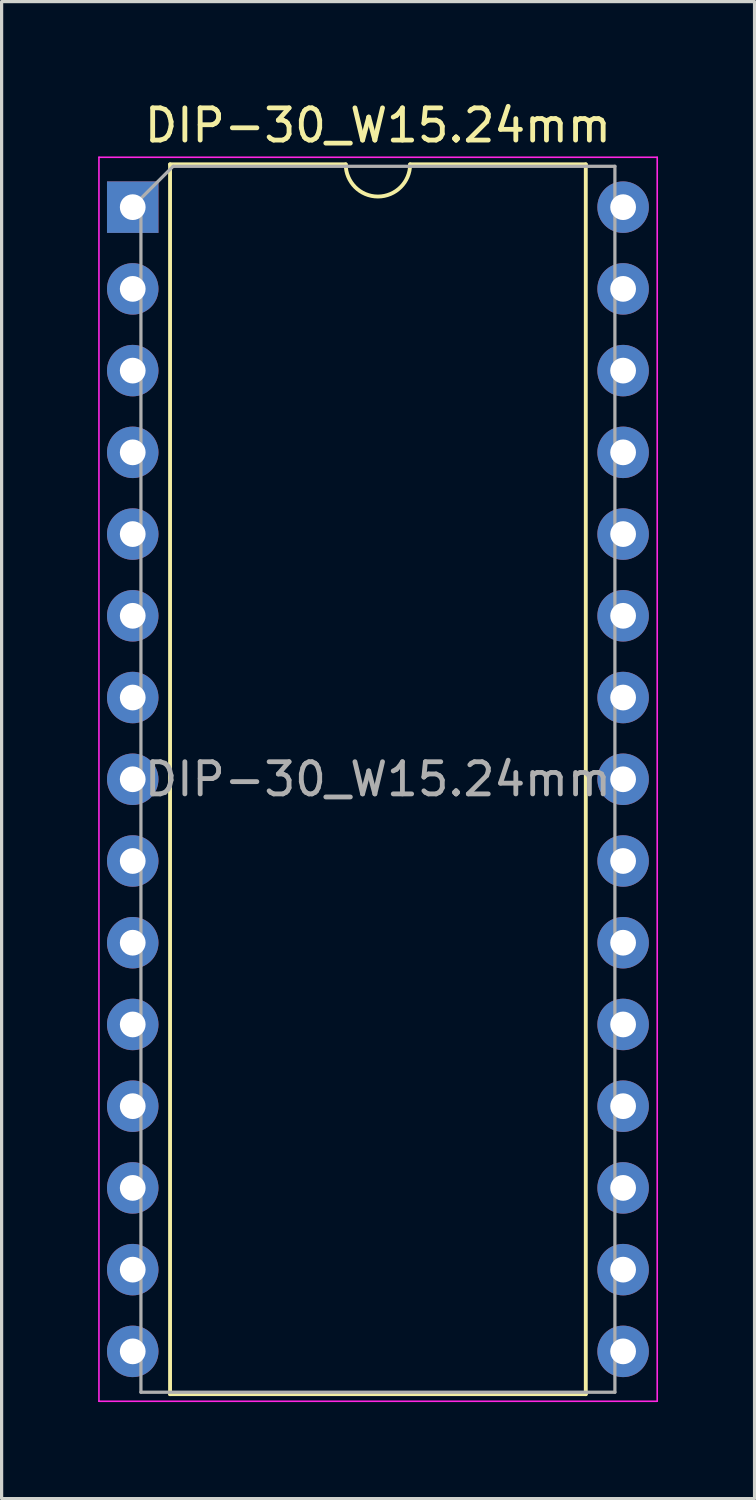
<source format=kicad_pcb>
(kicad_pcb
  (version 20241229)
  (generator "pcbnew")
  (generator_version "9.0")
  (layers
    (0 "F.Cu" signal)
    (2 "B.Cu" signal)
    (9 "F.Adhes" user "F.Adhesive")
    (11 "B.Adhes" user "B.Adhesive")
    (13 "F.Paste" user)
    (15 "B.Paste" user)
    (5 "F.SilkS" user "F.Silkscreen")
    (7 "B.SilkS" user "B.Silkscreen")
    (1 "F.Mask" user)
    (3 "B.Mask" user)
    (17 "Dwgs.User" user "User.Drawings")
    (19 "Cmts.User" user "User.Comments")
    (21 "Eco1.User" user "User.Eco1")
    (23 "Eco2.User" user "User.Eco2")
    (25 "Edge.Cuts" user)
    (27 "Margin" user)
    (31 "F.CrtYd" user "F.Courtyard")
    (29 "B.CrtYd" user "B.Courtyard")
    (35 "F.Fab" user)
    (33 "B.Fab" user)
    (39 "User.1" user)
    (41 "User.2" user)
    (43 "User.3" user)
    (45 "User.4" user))
  (footprint "DIP-30_W15.24mm"
    (layer "F.Cu")
    (at 1.075 3.388)
    (property "Reference" "DIP-30_W15.24mm" (at 7.62 -2.54 0) (unlocked yes) (layer "F.SilkS") (effects (font (size 1 1) (thickness 0.15))))
    (attr through_hole)
    (fp_line (start 1.16 -1.33) (end 1.16 36.89) (stroke (width 0.12) (type solid)) (layer "F.SilkS"))
    (fp_line (start 1.16 36.89) (end 14.08 36.89) (stroke (width 0.12) (type solid)) (layer "F.SilkS"))
    (fp_line (start 6.62 -1.33) (end 1.16 -1.33) (stroke (width 0.12) (type solid)) (layer "F.SilkS"))
    (fp_line (start 14.08 -1.33) (end 8.62 -1.33) (stroke (width 0.12) (type solid)) (layer "F.SilkS"))
    (fp_line (start 14.08 36.89) (end 14.08 -1.33) (stroke (width 0.12) (type solid)) (layer "F.SilkS"))
    (fp_arc (start 8.62 -1.33) (mid 7.62 -0.33) (end 6.62 -1.33) (stroke (width 0.12) (type solid)) (layer "F.SilkS"))
    (fp_line (start -1.05 -1.55) (end -1.05 37.11) (stroke (width 0.05) (type solid)) (layer "F.CrtYd"))
    (fp_line (start -1.05 37.11) (end 16.3 37.11) (stroke (width 0.05) (type solid)) (layer "F.CrtYd"))
    (fp_line (start 16.3 -1.55) (end -1.05 -1.55) (stroke (width 0.05) (type solid)) (layer "F.CrtYd"))
    (fp_line (start 16.3 37.11) (end 16.3 -1.55) (stroke (width 0.05) (type solid)) (layer "F.CrtYd"))
    (fp_line (start 0.255 -0.27) (end 1.255 -1.27) (stroke (width 0.1) (type solid)) (layer "F.Fab"))
    (fp_line (start 0.255 36.83) (end 0.255 -0.27) (stroke (width 0.1) (type solid)) (layer "F.Fab"))
    (fp_line (start 1.255 -1.27) (end 14.985 -1.27) (stroke (width 0.1) (type solid)) (layer "F.Fab"))
    (fp_line (start 14.985 -1.27) (end 14.985 36.83) (stroke (width 0.1) (type solid)) (layer "F.Fab"))
    (fp_line (start 14.985 36.83) (end 0.255 36.83) (stroke (width 0.1) (type solid)) (layer "F.Fab"))
    (fp_text user "${REFERENCE}" (at 7.62 17.78 0) (unlocked yes) (layer "F.Fab") (effects (font (size 1 1) (thickness 0.15))))
    (pad "1" thru_hole rect (at 0 0) (size 1.6 1.6) (drill 0.8) (layers "*.Cu" "*.Mask"))
    (pad "2" thru_hole oval (at 0 2.54) (size 1.6 1.6) (drill 0.8) (layers "*.Cu" "*.Mask"))
    (pad "3" thru_hole oval (at 0 5.08) (size 1.6 1.6) (drill 0.8) (layers "*.Cu" "*.Mask"))
    (pad "4" thru_hole oval (at 0 7.62) (size 1.6 1.6) (drill 0.8) (layers "*.Cu" "*.Mask"))
    (pad "5" thru_hole oval (at 0 10.16) (size 1.6 1.6) (drill 0.8) (layers "*.Cu" "*.Mask"))
    (pad "6" thru_hole oval (at 0 12.7) (size 1.6 1.6) (drill 0.8) (layers "*.Cu" "*.Mask"))
    (pad "7" thru_hole oval (at 0 15.24) (size 1.6 1.6) (drill 0.8) (layers "*.Cu" "*.Mask"))
    (pad "8" thru_hole oval (at 0 17.78) (size 1.6 1.6) (drill 0.8) (layers "*.Cu" "*.Mask"))
    (pad "9" thru_hole oval (at 0 20.32) (size 1.6 1.6) (drill 0.8) (layers "*.Cu" "*.Mask"))
    (pad "10" thru_hole oval (at 0 22.86) (size 1.6 1.6) (drill 0.8) (layers "*.Cu" "*.Mask"))
    (pad "11" thru_hole oval (at 0 25.4) (size 1.6 1.6) (drill 0.8) (layers "*.Cu" "*.Mask"))
    (pad "12" thru_hole oval (at 0 27.94) (size 1.6 1.6) (drill 0.8) (layers "*.Cu" "*.Mask"))
    (pad "13" thru_hole oval (at 0 30.48) (size 1.6 1.6) (drill 0.8) (layers "*.Cu" "*.Mask"))
    (pad "14" thru_hole oval (at 0 33.02) (size 1.6 1.6) (drill 0.8) (layers "*.Cu" "*.Mask"))
    (pad "15" thru_hole oval (at 0 35.56) (size 1.6 1.6) (drill 0.8) (layers "*.Cu" "*.Mask"))
    (pad "16" thru_hole oval (at 15.24 35.56) (size 1.6 1.6) (drill 0.8) (layers "*.Cu" "*.Mask"))
    (pad "17" thru_hole oval (at 15.24 33.02) (size 1.6 1.6) (drill 0.8) (layers "*.Cu" "*.Mask"))
    (pad "18" thru_hole oval (at 15.24 30.48) (size 1.6 1.6) (drill 0.8) (layers "*.Cu" "*.Mask"))
    (pad "19" thru_hole oval (at 15.24 27.94) (size 1.6 1.6) (drill 0.8) (layers "*.Cu" "*.Mask"))
    (pad "20" thru_hole oval (at 15.24 25.4) (size 1.6 1.6) (drill 0.8) (layers "*.Cu" "*.Mask"))
    (pad "21" thru_hole oval (at 15.24 22.86) (size 1.6 1.6) (drill 0.8) (layers "*.Cu" "*.Mask"))
    (pad "22" thru_hole oval (at 15.24 20.32) (size 1.6 1.6) (drill 0.8) (layers "*.Cu" "*.Mask"))
    (pad "23" thru_hole oval (at 15.24 17.78) (size 1.6 1.6) (drill 0.8) (layers "*.Cu" "*.Mask"))
    (pad "24" thru_hole oval (at 15.24 15.24) (size 1.6 1.6) (drill 0.8) (layers "*.Cu" "*.Mask"))
    (pad "25" thru_hole oval (at 15.24 12.7) (size 1.6 1.6) (drill 0.8) (layers "*.Cu" "*.Mask"))
    (pad "26" thru_hole oval (at 15.24 10.16) (size 1.6 1.6) (drill 0.8) (layers "*.Cu" "*.Mask"))
    (pad "27" thru_hole oval (at 15.24 7.62) (size 1.6 1.6) (drill 0.8) (layers "*.Cu" "*.Mask"))
    (pad "28" thru_hole oval (at 15.24 5.08) (size 1.6 1.6) (drill 0.8) (layers "*.Cu" "*.Mask"))
    (pad "29" thru_hole oval (at 15.24 2.54) (size 1.6 1.6) (drill 0.8) (layers "*.Cu" "*.Mask"))
    (pad "30" thru_hole oval (at 15.24 0) (size 1.6 1.6) (drill 0.8) (layers "*.Cu" "*.Mask")))
  (gr_rect
    (start -3 -3)
    (end 20.4 43.523)
    (stroke (width 0.1) (type default))
    (fill no)
    (layer "Edge.Cuts")))
</source>
